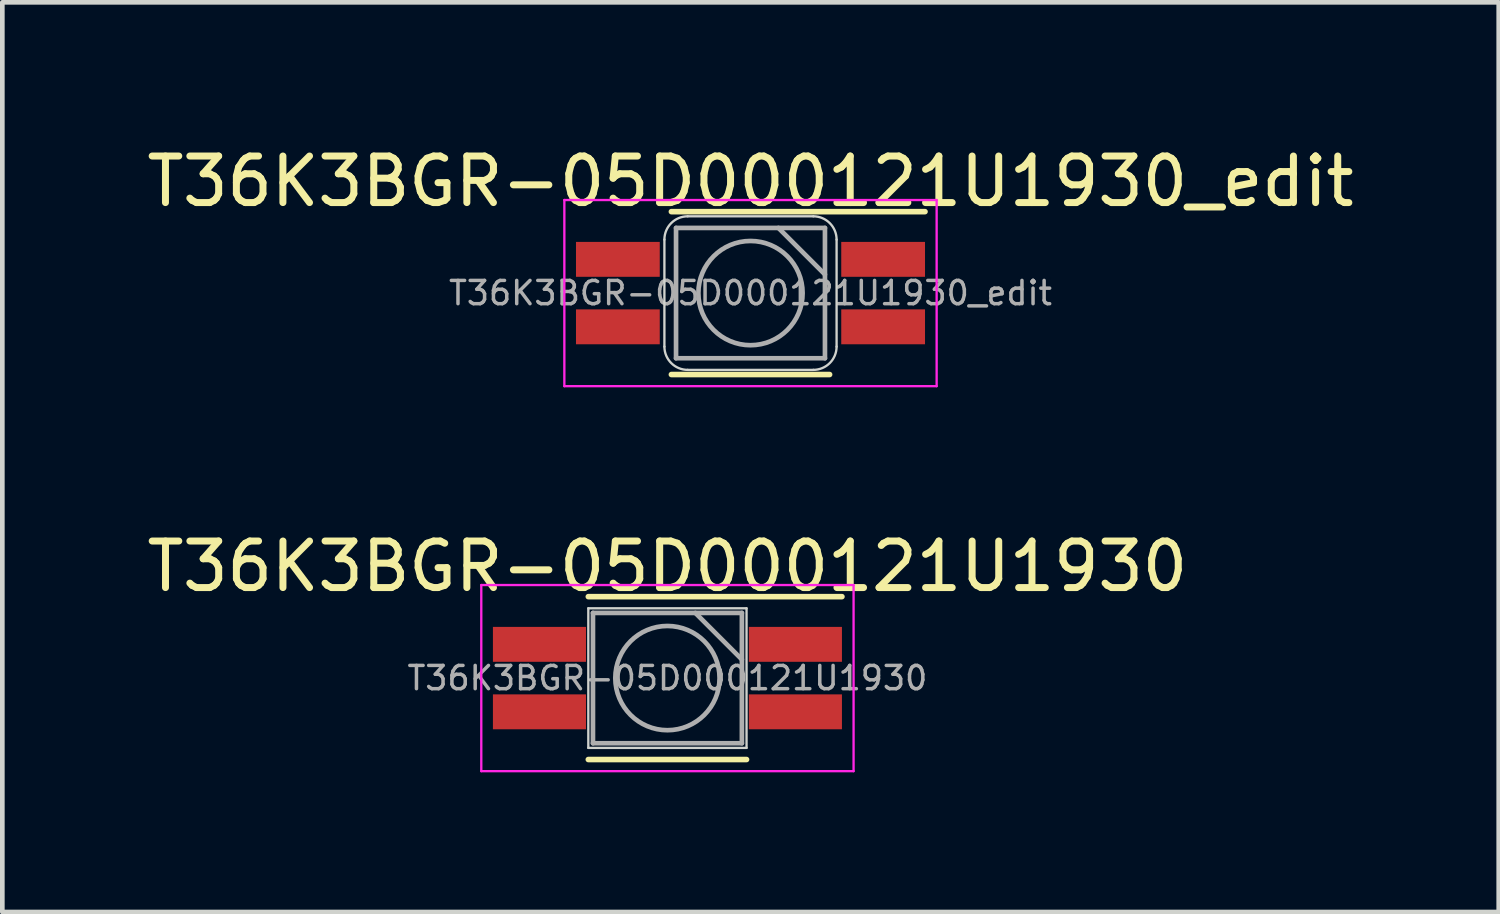
<source format=kicad_pcb>
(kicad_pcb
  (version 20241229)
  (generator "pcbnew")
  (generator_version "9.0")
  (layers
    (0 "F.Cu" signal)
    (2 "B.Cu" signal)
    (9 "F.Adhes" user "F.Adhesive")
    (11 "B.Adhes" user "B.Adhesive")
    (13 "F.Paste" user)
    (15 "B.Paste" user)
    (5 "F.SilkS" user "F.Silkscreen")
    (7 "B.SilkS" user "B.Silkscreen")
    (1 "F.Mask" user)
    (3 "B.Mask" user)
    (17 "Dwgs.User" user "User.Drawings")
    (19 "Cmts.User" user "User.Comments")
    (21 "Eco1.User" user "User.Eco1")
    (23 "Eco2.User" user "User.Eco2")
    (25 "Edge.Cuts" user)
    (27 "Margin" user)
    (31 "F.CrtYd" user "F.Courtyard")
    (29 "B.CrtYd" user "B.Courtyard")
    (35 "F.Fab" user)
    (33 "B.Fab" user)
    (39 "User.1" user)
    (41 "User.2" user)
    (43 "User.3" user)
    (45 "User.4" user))
  (footprint "T36K3BGR-05D000121U1930"
    (layer "F.Cu")
    (at 11.292 11.521)
    (property "Reference" "T36K3BGR-05D000121U1930" (at 0 -2.4 0) (layer "F.SilkS") (effects (font (size 1 1) (thickness 0.15))))
    (attr smd)
    (fp_line (start -1.7 -1.75) (end 3.75 -1.75) (stroke (width 0.12) (type solid)) (layer "F.SilkS"))
    (fp_line (start -1.7 1.75) (end 1.7 1.75) (stroke (width 0.12) (type solid)) (layer "F.SilkS"))
    (fp_line (start -1.7 1.5) (end -1.7 -1.5) (stroke (width 0.05) (type solid)) (layer "Edge.Cuts"))
    (fp_line (start 1.7 -1.5) (end -1.7 -1.5) (stroke (width 0.05) (type solid)) (layer "Edge.Cuts"))
    (fp_line (start 1.7 1.5) (end -1.7 1.5) (stroke (width 0.05) (type solid)) (layer "Edge.Cuts"))
    (fp_line (start 1.7 1.5) (end 1.7 -1.5) (stroke (width 0.05) (type solid)) (layer "Edge.Cuts"))
    (fp_line (start -4 -2) (end -4 2) (stroke (width 0.05) (type solid)) (layer "F.CrtYd"))
    (fp_line (start -4 2) (end 4 2) (stroke (width 0.05) (type solid)) (layer "F.CrtYd"))
    (fp_line (start 4 -2) (end -4 -2) (stroke (width 0.05) (type solid)) (layer "F.CrtYd"))
    (fp_line (start 4 2) (end 4 -2) (stroke (width 0.05) (type solid)) (layer "F.CrtYd"))
    (fp_line (start -1.6 -1.4) (end -1.6 1.4) (stroke (width 0.1) (type solid)) (layer "F.Fab"))
    (fp_line (start -1.6 1.4) (end 1.6 1.4) (stroke (width 0.1) (type solid)) (layer "F.Fab"))
    (fp_line (start 0.6 -1.4) (end 1.6 -0.4) (stroke (width 0.1) (type solid)) (layer "F.Fab"))
    (fp_line (start 1.6 -1.4) (end -1.6 -1.4) (stroke (width 0.1) (type solid)) (layer "F.Fab"))
    (fp_line (start 1.6 1.4) (end 1.6 -1.4) (stroke (width 0.1) (type solid)) (layer "F.Fab"))
    (fp_circle (center 0 0) (end 1.12 0) (stroke (width 0.1) (type solid)) (fill no) (layer "F.Fab"))
    (fp_text user "${REFERENCE}" (at 0 0 0) (layer "F.Fab") (effects (font (size 0.5 0.5) (thickness 0.075))))
    (pad "1" smd rect (at -2.75 -0.725) (size 2 0.75) (layers "F.Cu" "F.Mask" "F.Paste"))
    (pad "2" smd rect (at 2.75 -0.725) (size 2 0.75) (layers "F.Cu" "F.Mask" "F.Paste"))
    (pad "3" smd rect (at 2.75 0.725) (size 2 0.75) (layers "F.Cu" "F.Mask" "F.Paste"))
    (pad "4" smd rect (at -2.75 0.725) (size 2 0.75) (layers "F.Cu" "F.Mask" "F.Paste")))
  (footprint "T36K3BGR-05D000121U1930_edit"
    (layer "F.Cu")
    (at 13.077 3.248)
    (property "Reference" "T36K3BGR-05D000121U1930_edit" (at 0 -2.4 0) (layer "F.SilkS") (effects (font (size 1 1) (thickness 0.15))))
    (attr smd)
    (fp_line (start -1.7 -1.75) (end 3.75 -1.75) (stroke (width 0.12) (type solid)) (layer "F.SilkS"))
    (fp_line (start -1.7 1.75) (end 1.7 1.75) (stroke (width 0.12) (type solid)) (layer "F.SilkS"))
    (fp_line (start -1.85 1.15) (end -1.85 -1.15) (stroke (width 0.05) (type solid)) (layer "Edge.Cuts"))
    (fp_line (start 1.35 -1.65) (end -1.35 -1.65) (stroke (width 0.05) (type solid)) (layer "Edge.Cuts"))
    (fp_line (start 1.35 1.65) (end -1.35 1.65) (stroke (width 0.05) (type solid)) (layer "Edge.Cuts"))
    (fp_line (start 1.85 1.15) (end 1.85 -1.15) (stroke (width 0.05) (type solid)) (layer "Edge.Cuts"))
    (fp_arc (start -1.85 -1.15) (mid -1.703553 -1.503553) (end -1.35 -1.65) (stroke (width 0.05) (type solid)) (layer "Edge.Cuts"))
    (fp_arc (start -1.35 1.65) (mid -1.703553 1.503553) (end -1.85 1.15) (stroke (width 0.05) (type solid)) (layer "Edge.Cuts"))
    (fp_arc (start 1.35 -1.65) (mid 1.703553 -1.503553) (end 1.85 -1.15) (stroke (width 0.05) (type solid)) (layer "Edge.Cuts"))
    (fp_arc (start 1.85 1.15) (mid 1.703553 1.503553) (end 1.35 1.65) (stroke (width 0.05) (type solid)) (layer "Edge.Cuts"))
    (fp_line (start -4 -2) (end -4 2) (stroke (width 0.05) (type solid)) (layer "F.CrtYd"))
    (fp_line (start -4 2) (end 4 2) (stroke (width 0.05) (type solid)) (layer "F.CrtYd"))
    (fp_line (start 4 -2) (end -4 -2) (stroke (width 0.05) (type solid)) (layer "F.CrtYd"))
    (fp_line (start 4 2) (end 4 -2) (stroke (width 0.05) (type solid)) (layer "F.CrtYd"))
    (fp_line (start -1.6 -1.4) (end -1.6 1.4) (stroke (width 0.1) (type solid)) (layer "F.Fab"))
    (fp_line (start -1.6 1.4) (end 1.6 1.4) (stroke (width 0.1) (type solid)) (layer "F.Fab"))
    (fp_line (start 0.6 -1.4) (end 1.6 -0.4) (stroke (width 0.1) (type solid)) (layer "F.Fab"))
    (fp_line (start 1.6 -1.4) (end -1.6 -1.4) (stroke (width 0.1) (type solid)) (layer "F.Fab"))
    (fp_line (start 1.6 1.4) (end 1.6 -1.4) (stroke (width 0.1) (type solid)) (layer "F.Fab"))
    (fp_circle (center 0 0) (end 1.12 0) (stroke (width 0.1) (type solid)) (fill no) (layer "F.Fab"))
    (fp_text user "${REFERENCE}" (at 0 0 0) (layer "F.Fab") (effects (font (size 0.5 0.5) (thickness 0.075))))
    (pad "1" smd rect (at 2.85 -0.725) (size 1.8 0.75) (layers "F.Cu" "F.Mask" "F.Paste"))
    (pad "2" smd rect (at -2.85 -0.725) (size 1.8 0.75) (layers "F.Cu" "F.Mask" "F.Paste"))
    (pad "3" smd rect (at -2.85 0.725) (size 1.8 0.75) (layers "F.Cu" "F.Mask" "F.Paste"))
    (pad "4" smd rect (at 2.85 0.725) (size 1.8 0.75) (layers "F.Cu" "F.Mask" "F.Paste")))
  (gr_rect
    (start -3 -3)
    (end 29.155 16.547)
    (stroke (width 0.1) (type default))
    (fill no)
    (layer "Edge.Cuts")))
</source>
